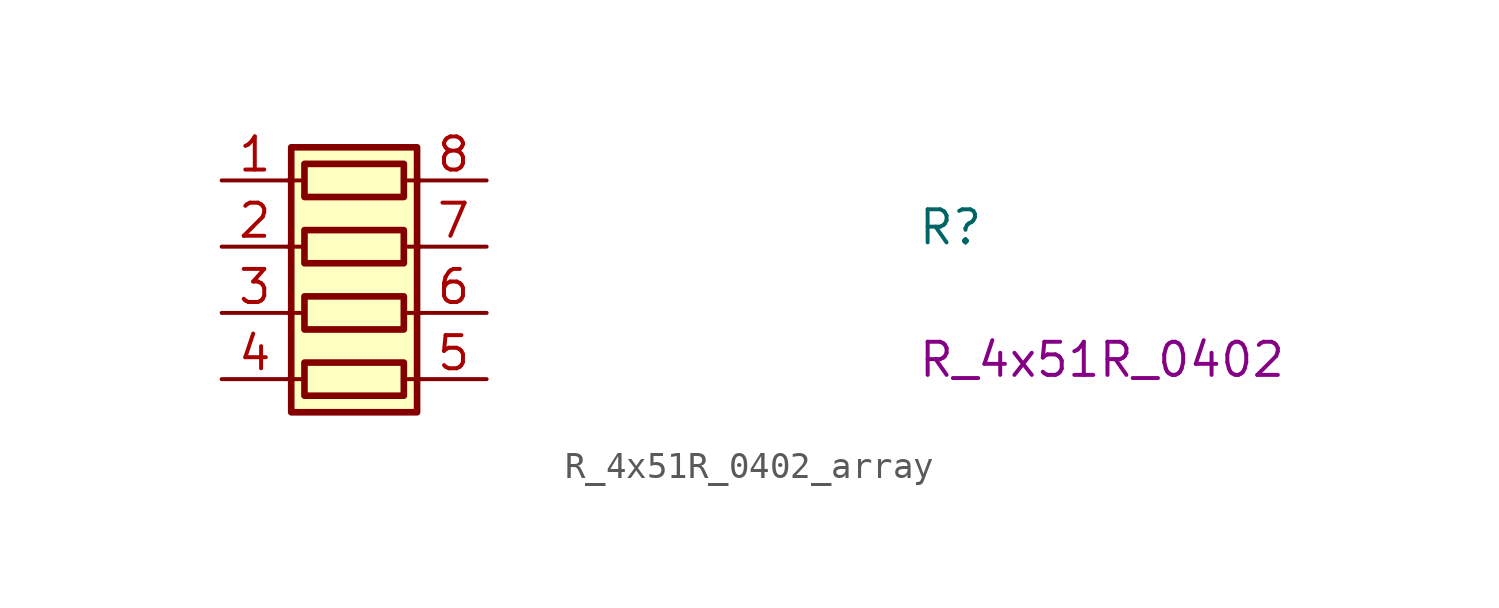
<source format=kicad_sym>
(kicad_symbol_lib
  (version 20211014)
  (generator kicad_symbol_editor)
  (symbol "R_4x51R_0402_array"
    (pin_names hide)
    (property "Reference" "R"
      (at 26.67 -2.54 0)
      (effects (font (size 1.27 1.27) (thickness 0.15)) (justify left bottom)))
    (property "Val" "R_4x51R_0402"
      (at 26.67 -7.62 0)
      (effects (font (size 1.27 1.27)) (justify left bottom)))
    (symbol "R_4x51R_0402_array_0_1"
      (polyline (pts (xy 2.54 -7.62) (xy 3.175 -7.62)) (stroke (width 0) (type default) (color 0 0 0 0)) (fill (type none)))
      (polyline (pts (xy 2.54 -5.08) (xy 3.175 -5.08)) (stroke (width 0) (type default) (color 0 0 0 0)) (fill (type none)))
      (polyline (pts (xy 2.54 -2.54) (xy 3.175 -2.54)) (stroke (width 0) (type default) (color 0 0 0 0)) (fill (type none)))
      (polyline (pts (xy 2.54 0) (xy 3.175 0)) (stroke (width 0) (type default) (color 0 0 0 0)) (fill (type none)))
      (polyline (pts (xy 6.985 -7.62) (xy 7.62 -7.62)) (stroke (width 0) (type default) (color 0 0 0 0)) (fill (type none)))
      (polyline (pts (xy 6.985 -5.08) (xy 7.62 -5.08)) (stroke (width 0) (type default) (color 0 0 0 0)) (fill (type none)))
      (polyline (pts (xy 6.985 -2.54) (xy 7.62 -2.54)) (stroke (width 0) (type default) (color 0 0 0 0)) (fill (type none)))
      (polyline (pts (xy 6.985 0) (xy 7.62 0)) (stroke (width 0) (type default) (color 0 0 0 0)) (fill (type none)))
      (rectangle (start 2.667 1.27) (end 7.493 -8.89) (stroke (width 0.254) (type default) (color 0 0 0 0)) (fill (type background)))
      (rectangle (start 6.985 -6.985) (end 3.175 -8.255) (stroke (width 0.254) (type default) (color 0 0 0 0)) (fill (type none)))
      (rectangle (start 6.985 -4.445) (end 3.175 -5.715) (stroke (width 0.254) (type default) (color 0 0 0 0)) (fill (type none)))
      (rectangle (start 6.985 -1.905) (end 3.175 -3.175) (stroke (width 0.254) (type default) (color 0 0 0 0)) (fill (type none)))
      (rectangle (start 6.985 0.635) (end 3.175 -0.635) (stroke (width 0.254) (type default) (color 0 0 0 0)) (fill (type none))))
    (symbol "R_4x51R_0402_array_1_1"
      (pin passive line (at 0 0 0) (length 2.54) (name "R1.1" (effects (font (size 1.27 1.27)))) (number "1" (effects (font (size 1.27 1.27)))))
      (pin passive line (at 0 -2.54 0) (length 2.54) (name "R2.1" (effects (font (size 1.27 1.27)))) (number "2" (effects (font (size 1.27 1.27)))))
      (pin passive line (at 0 -5.08 0) (length 2.54) (name "R3.1" (effects (font (size 1.27 1.27)))) (number "3" (effects (font (size 1.27 1.27)))))
      (pin passive line (at 0 -7.62 0) (length 2.54) (name "R4.1" (effects (font (size 1.27 1.27)))) (number "4" (effects (font (size 1.27 1.27)))))
      (pin passive line (at 10.16 -7.62 180) (length 2.54) (name "R4.2" (effects (font (size 1.27 1.27)))) (number "5" (effects (font (size 1.27 1.27)))))
      (pin passive line (at 10.16 -5.08 180) (length 2.54) (name "R3.2" (effects (font (size 1.27 1.27)))) (number "6" (effects (font (size 1.27 1.27)))))
      (pin passive line (at 10.16 -2.54 180) (length 2.54) (name "R2.2" (effects (font (size 1.27 1.27)))) (number "7" (effects (font (size 1.27 1.27)))))
      (pin passive line (at 10.16 0 180) (length 2.54) (name "R1.2" (effects (font (size 1.27 1.27)))) (number "8" (effects (font (size 1.27 1.27))))))))
</source>
